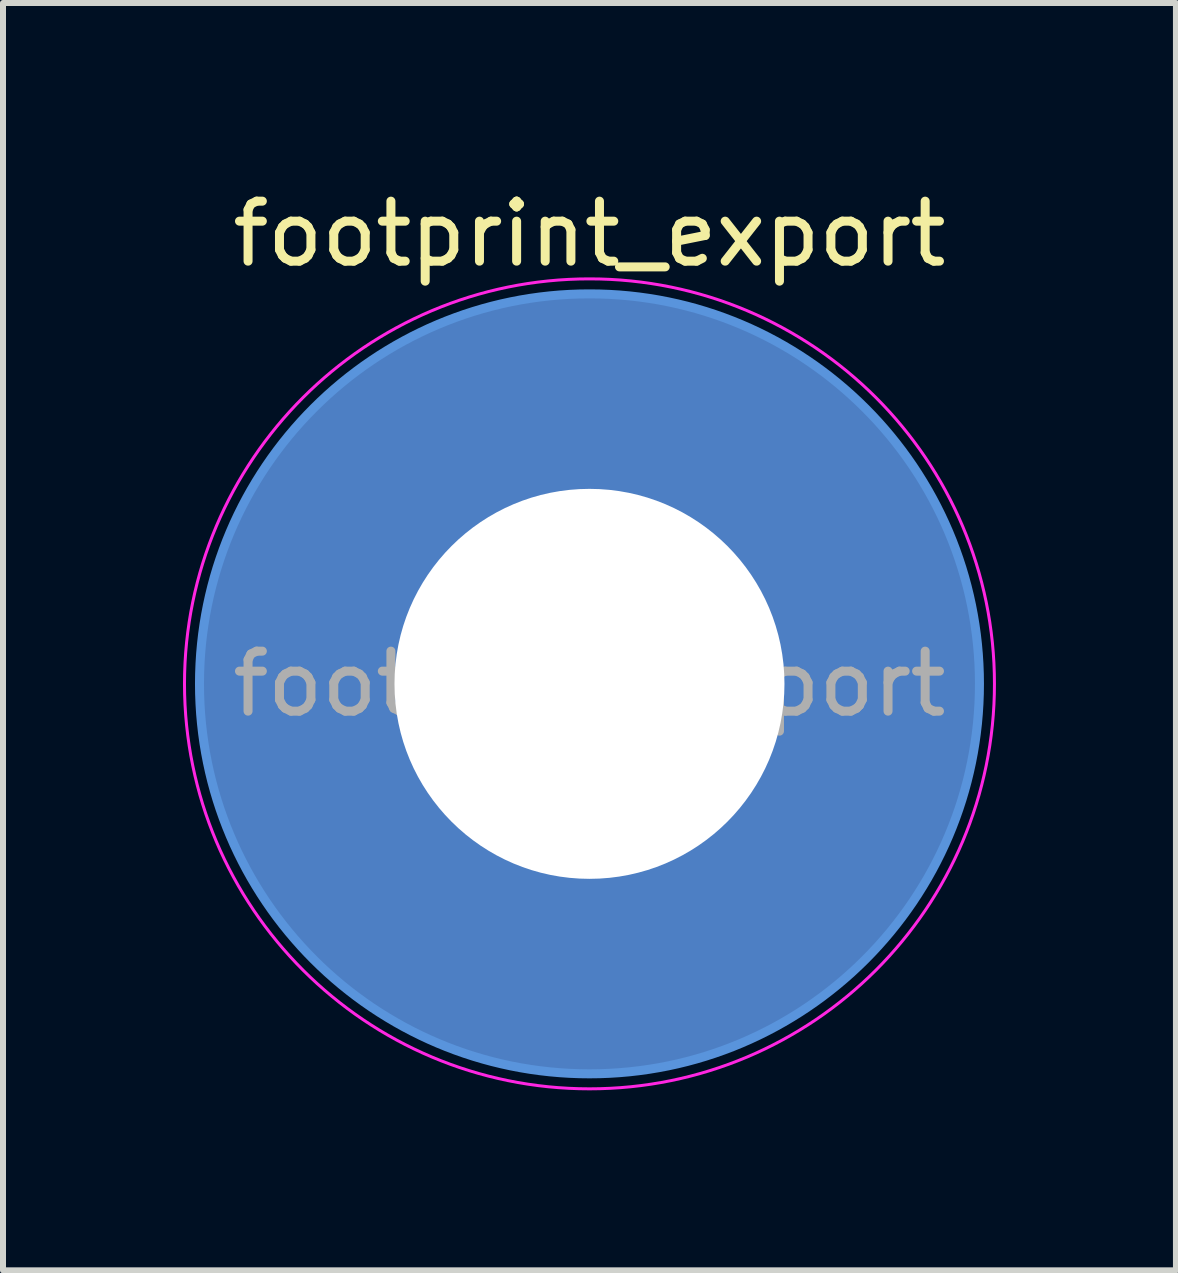
<source format=kicad_pcb>
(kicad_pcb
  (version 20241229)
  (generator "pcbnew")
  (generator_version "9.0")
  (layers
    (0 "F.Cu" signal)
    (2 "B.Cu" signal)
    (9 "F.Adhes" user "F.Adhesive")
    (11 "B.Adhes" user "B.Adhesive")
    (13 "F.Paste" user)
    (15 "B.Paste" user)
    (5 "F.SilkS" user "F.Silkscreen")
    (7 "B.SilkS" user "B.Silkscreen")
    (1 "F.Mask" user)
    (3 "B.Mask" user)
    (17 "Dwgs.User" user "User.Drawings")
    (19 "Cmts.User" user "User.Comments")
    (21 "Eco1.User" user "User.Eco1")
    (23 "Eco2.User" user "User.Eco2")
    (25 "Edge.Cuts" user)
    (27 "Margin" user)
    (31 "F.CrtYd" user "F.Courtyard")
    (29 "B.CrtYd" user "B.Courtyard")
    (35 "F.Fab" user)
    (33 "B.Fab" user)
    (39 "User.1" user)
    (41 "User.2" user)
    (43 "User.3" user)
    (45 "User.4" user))
  (footprint "footprint_export"
    (layer "F.Cu")
    (at 6.775 8.348)
    (property "Reference" "footprint_export" (at 0 -7.5 0) (layer "F.SilkS") (effects (font (size 1 1) (thickness 0.15))))
    (attr exclude_from_pos_files exclude_from_bom)
    (fp_circle (center 0 0) (end 6.5 0) (stroke (width 0.15) (type solid)) (fill no) (layer "Cmts.User"))
    (fp_circle (center 0 0) (end 6.75 0) (stroke (width 0.05) (type solid)) (fill no) (layer "F.CrtYd"))
    (fp_text user "${REFERENCE}" (at 0 0 0) (layer "F.Fab") (effects (font (size 1 1) (thickness 0.15))))
    (pad "1" thru_hole circle (at 0 0) (size 13 13) (drill 6.5) (layers "*.Cu" "*.Mask")))
  (gr_rect
    (start -3 -3)
    (end 16.55 18.123)
    (stroke (width 0.1) (type default))
    (fill no)
    (layer "Edge.Cuts")))
</source>
